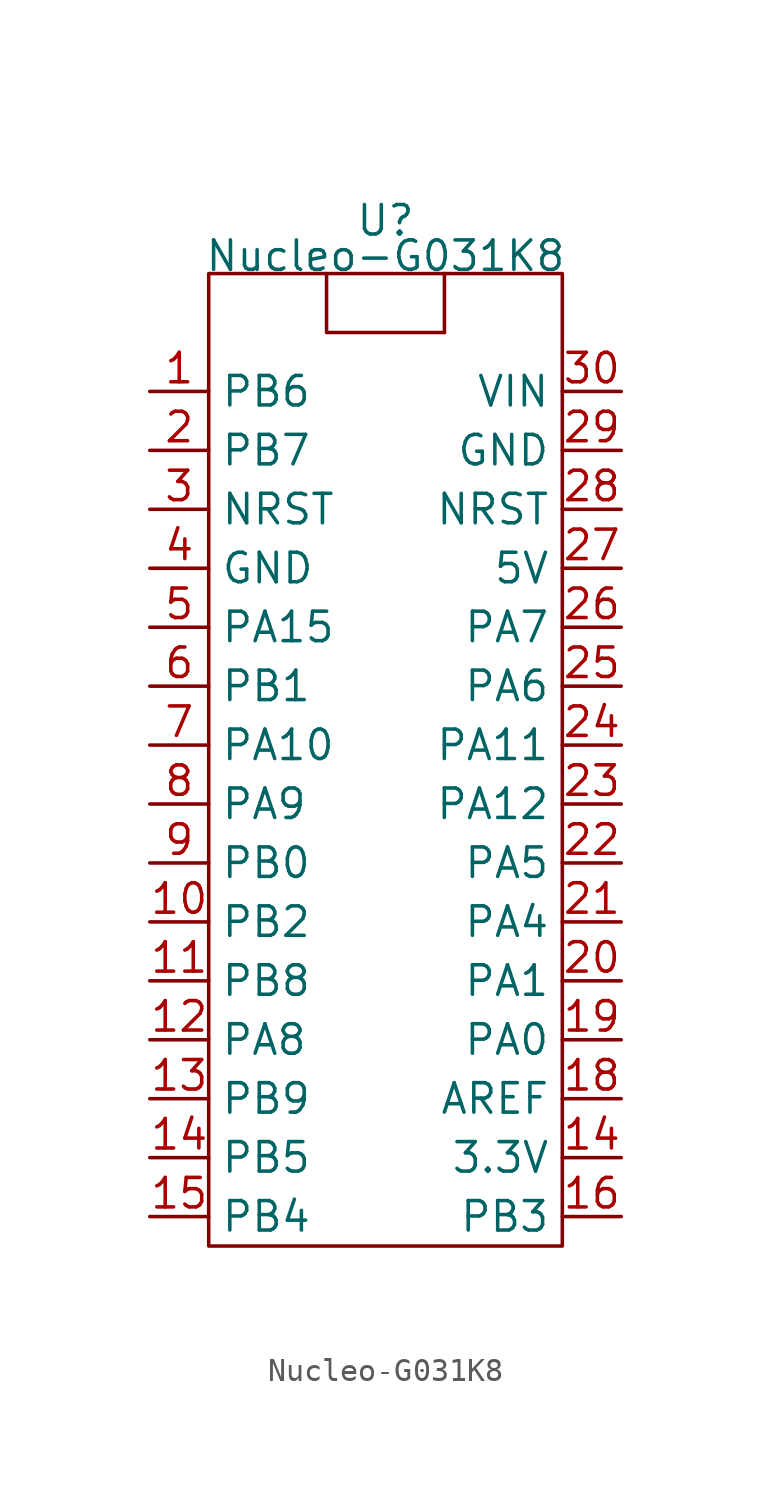
<source format=kicad_sym>
(kicad_symbol_lib
  (version 20241209)
  (generator "kicad_symbol_editor")
  (generator_version "9.0")
  (symbol "Nucleo-G031K8"
    (property "Reference" "U"
      (at 0 6.096 0)
      (effects (font (size 1.27 1.27))))
    (property "Value" "Nucleo-G031K8"
      (at 0 4.572 0)
      (effects (font (size 1.27 1.27))))
    (symbol "Nucleo-G031K8_0_1"
      (rectangle (start -7.62 3.81) (end 7.62 -38.1) (stroke (width 0) (type default)) (fill (type none)))
      (polyline (pts (xy -2.54 3.81) (xy -2.54 1.27) (xy 2.54 1.27)) (stroke (width 0) (type default)) (fill (type none)))
      (polyline (pts (xy 2.54 1.27) (xy 2.54 3.81)) (stroke (width 0) (type default)) (fill (type none))))
    (symbol "Nucleo-G031K8_1_1"
      (pin bidirectional line (at -10.16 -1.27 0) (length 2.54) (name "PB6" (effects (font (size 1.27 1.27)))) (number "1" (effects (font (size 1.27 1.27)))))
      (pin bidirectional line (at -10.16 -3.81 0) (length 2.54) (name "PB7" (effects (font (size 1.27 1.27)))) (number "2" (effects (font (size 1.27 1.27)))))
      (pin bidirectional line (at -10.16 -6.35 0) (length 2.54) (name "NRST" (effects (font (size 1.27 1.27)))) (number "3" (effects (font (size 1.27 1.27)))))
      (pin bidirectional line (at -10.16 -8.89 0) (length 2.54) (name "GND" (effects (font (size 1.27 1.27)))) (number "4" (effects (font (size 1.27 1.27)))))
      (pin bidirectional line (at -10.16 -11.43 0) (length 2.54) (name "PA15" (effects (font (size 1.27 1.27)))) (number "5" (effects (font (size 1.27 1.27)))))
      (pin bidirectional line (at -10.16 -13.97 0) (length 2.54) (name "PB1" (effects (font (size 1.27 1.27)))) (number "6" (effects (font (size 1.27 1.27)))))
      (pin bidirectional line (at -10.16 -16.51 0) (length 2.54) (name "PA10" (effects (font (size 1.27 1.27)))) (number "7" (effects (font (size 1.27 1.27)))))
      (pin bidirectional line (at -10.16 -19.05 0) (length 2.54) (name "PA9" (effects (font (size 1.27 1.27)))) (number "8" (effects (font (size 1.27 1.27)))))
      (pin bidirectional line (at -10.16 -21.59 0) (length 2.54) (name "PB0" (effects (font (size 1.27 1.27)))) (number "9" (effects (font (size 1.27 1.27)))))
      (pin bidirectional line (at -10.16 -24.13 0) (length 2.54) (name "PB2" (effects (font (size 1.27 1.27)))) (number "10" (effects (font (size 1.27 1.27)))))
      (pin bidirectional line (at -10.16 -26.67 0) (length 2.54) (name "PB8" (effects (font (size 1.27 1.27)))) (number "11" (effects (font (size 1.27 1.27)))))
      (pin bidirectional line (at -10.16 -29.21 0) (length 2.54) (name "PA8" (effects (font (size 1.27 1.27)))) (number "12" (effects (font (size 1.27 1.27)))))
      (pin bidirectional line (at -10.16 -31.75 0) (length 2.54) (name "PB9" (effects (font (size 1.27 1.27)))) (number "13" (effects (font (size 1.27 1.27)))))
      (pin bidirectional line (at -10.16 -34.29 0) (length 2.54) (name "PB5" (effects (font (size 1.27 1.27)))) (number "14" (effects (font (size 1.27 1.27)))))
      (pin bidirectional line (at -10.16 -36.83 0) (length 2.54) (name "PB4" (effects (font (size 1.27 1.27)))) (number "15" (effects (font (size 1.27 1.27)))))
      (pin bidirectional line (at 10.16 -1.27 180) (length 2.54) (name "VIN" (effects (font (size 1.27 1.27)))) (number "30" (effects (font (size 1.27 1.27)))))
      (pin bidirectional line (at 10.16 -3.81 180) (length 2.54) (name "GND" (effects (font (size 1.27 1.27)))) (number "29" (effects (font (size 1.27 1.27)))))
      (pin bidirectional line (at 10.16 -6.35 180) (length 2.54) (name "NRST" (effects (font (size 1.27 1.27)))) (number "28" (effects (font (size 1.27 1.27)))))
      (pin bidirectional line (at 10.16 -8.89 180) (length 2.54) (name "5V" (effects (font (size 1.27 1.27)))) (number "27" (effects (font (size 1.27 1.27)))))
      (pin bidirectional line (at 10.16 -11.43 180) (length 2.54) (name "PA7" (effects (font (size 1.27 1.27)))) (number "26" (effects (font (size 1.27 1.27)))))
      (pin bidirectional line (at 10.16 -13.97 180) (length 2.54) (name "PA6" (effects (font (size 1.27 1.27)))) (number "25" (effects (font (size 1.27 1.27)))))
      (pin bidirectional line (at 10.16 -16.51 180) (length 2.54) (name "PA11" (effects (font (size 1.27 1.27)))) (number "24" (effects (font (size 1.27 1.27)))))
      (pin bidirectional line (at 10.16 -19.05 180) (length 2.54) (name "PA12" (effects (font (size 1.27 1.27)))) (number "23" (effects (font (size 1.27 1.27)))))
      (pin bidirectional line (at 10.16 -21.59 180) (length 2.54) (name "PA5" (effects (font (size 1.27 1.27)))) (number "22" (effects (font (size 1.27 1.27)))))
      (pin bidirectional line (at 10.16 -24.13 180) (length 2.54) (name "PA4" (effects (font (size 1.27 1.27)))) (number "21" (effects (font (size 1.27 1.27)))))
      (pin bidirectional line (at 10.16 -26.67 180) (length 2.54) (name "PA1" (effects (font (size 1.27 1.27)))) (number "20" (effects (font (size 1.27 1.27)))))
      (pin bidirectional line (at 10.16 -29.21 180) (length 2.54) (name "PA0" (effects (font (size 1.27 1.27)))) (number "19" (effects (font (size 1.27 1.27)))))
      (pin bidirectional line (at 10.16 -31.75 180) (length 2.54) (name "AREF" (effects (font (size 1.27 1.27)))) (number "18" (effects (font (size 1.27 1.27)))))
      (pin bidirectional line (at 10.16 -34.29 180) (length 2.54) (name "3.3V" (effects (font (size 1.27 1.27)))) (number "14" (effects (font (size 1.27 1.27)))))
      (pin bidirectional line (at 10.16 -36.83 180) (length 2.54) (name "PB3" (effects (font (size 1.27 1.27)))) (number "16" (effects (font (size 1.27 1.27))))))))
</source>
